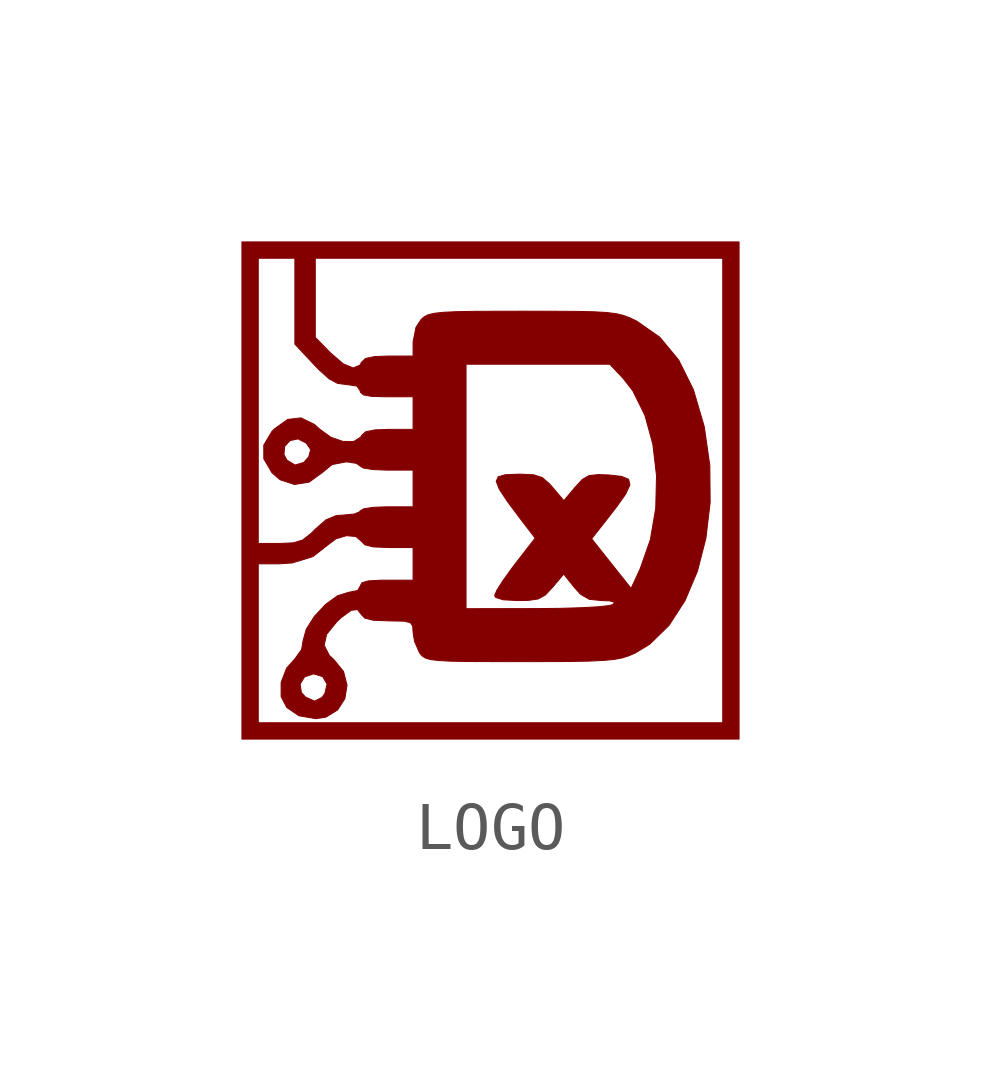
<source format=kicad_sym>
(kicad_symbol_lib
  (version 20211014)
  (generator kicad_symbol_editor)
  (symbol "LOGO"
    (pin_names
      (offset 1.016))
    (property "Reference" "#G"
      (at 0 6.096 0)
      (effects (font (size 1.27 1.27)) hide))
    (symbol "LOGO_0_0"
      (polyline (pts (xy 5.182 5.182) (xy -5.182 5.182) (xy -5.182 4.842) (xy -4.842 4.842) (xy -4.078 4.842) (xy -4.078 3.051) (xy -3.684 2.63) (xy -3.575 2.517) (xy -3.364 2.327) (xy -3.189 2.233) (xy -3.004 2.209) (xy -2.997 2.209) (xy -2.786 2.177) (xy -2.718 2.081) (xy -2.714 2.052) (xy -2.648 1.993) (xy -2.476 1.962) (xy -2.166 1.954) (xy -1.614 1.954) (xy -1.614 1.274) (xy -2.126 1.274) (xy -2.407 1.264) (xy -2.604 1.224) (xy -2.688 1.147) (xy -2.706 1.112) (xy -2.853 1.021) (xy -3.076 1.023) (xy -3.326 1.109) (xy -3.555 1.274) (xy -3.671 1.377) (xy -3.951 1.514) (xy -4.228 1.482) (xy -4.509 1.281) (xy -4.559 1.228) (xy -4.727 0.945) (xy -4.726 0.75) (xy -4.306 0.75) (xy -4.291 0.919) (xy -4.178 1.041) (xy -4.013 1.076) (xy -3.839 0.987) (xy -3.748 0.85) (xy -3.791 0.699) (xy -3.893 0.585) (xy -4.074 0.531) (xy -4.244 0.632) (xy -4.306 0.75) (xy -4.726 0.75) (xy -4.726 0.661) (xy -4.556 0.37) (xy -4.384 0.223) (xy -4.087 0.126) (xy -3.782 0.174) (xy -3.518 0.365) (xy -3.302 0.541) (xy -3.02 0.595) (xy -2.977 0.594) (xy -2.793 0.566) (xy -2.718 0.51) (xy -2.652 0.469) (xy -2.455 0.437) (xy -2.166 0.425) (xy -1.614 0.425) (xy -1.614 -0.34) (xy -2.166 -0.34) (xy -2.434 -0.35) (xy -2.64 -0.38) (xy -2.718 -0.425) (xy -2.724 -0.441) (xy -2.835 -0.49) (xy -3.042 -0.51) (xy -3.219 -0.524) (xy -3.429 -0.611) (xy -3.653 -0.807) (xy -3.737 -0.892) (xy -3.915 -1.031) (xy -4.107 -1.091) (xy -4.391 -1.104) (xy -4.842 -1.104) (xy -4.842 4.842) (xy -5.182 4.842) (xy -5.182 -1.529) (xy -4.842 -1.529) (xy -4.413 -1.529) (xy -4.131 -1.51) (xy -3.703 -1.378) (xy -3.363 -1.113) (xy -3.22 -1.006) (xy -3.004 -0.942) (xy -2.806 -0.959) (xy -2.688 -1.062) (xy -2.622 -1.131) (xy -2.443 -1.176) (xy -2.126 -1.189) (xy -1.614 -1.189) (xy -1.614 -1.869) (xy -2.166 -1.869) (xy -2.292 -1.87) (xy -2.55 -1.885) (xy -2.682 -1.925) (xy -2.718 -1.996) (xy -2.768 -2.084) (xy -2.962 -2.124) (xy -2.963 -2.124) (xy -3.19 -2.195) (xy -3.441 -2.377) (xy -3.521 -2.464) (xy -0.51 -2.464) (xy -0.51 2.633) (xy 2.486 2.633) (xy 2.766 2.337) (xy 2.969 2.075) (xy 3.22 1.565) (xy 3.385 0.963) (xy 3.461 0.308) (xy 3.445 -0.366) (xy 3.333 -1.023) (xy 3.123 -1.625) (xy 2.931 -2.041) (xy 2.109 -1.007) (xy 2.509 -0.497) (xy 2.612 -0.364) (xy 2.818 -0.075) (xy 2.907 0.117) (xy 2.879 0.233) (xy 2.732 0.295) (xy 2.466 0.324) (xy 2.249 0.332) (xy 2.054 0.311) (xy 1.915 0.231) (xy 1.765 0.069) (xy 1.529 -0.212) (xy 1.296 0.064) (xy 1.23 0.139) (xy 1.077 0.271) (xy 0.898 0.328) (xy 0.621 0.341) (xy 0.562 0.34) (xy 0.309 0.329) (xy 0.161 0.286) (xy 0.119 0.192) (xy 0.184 0.025) (xy 0.355 -0.233) (xy 0.632 -0.603) (xy 0.931 -0.993) (xy 0.509 -1.537) (xy 0.454 -1.609) (xy 0.267 -1.869) (xy 0.135 -2.074) (xy 0.086 -2.188) (xy 0.107 -2.229) (xy 0.261 -2.278) (xy 0.574 -2.295) (xy 0.79 -2.291) (xy 0.998 -2.26) (xy 1.144 -2.178) (xy 1.294 -2.018) (xy 1.526 -1.742) (xy 1.746 -2.018) (xy 1.879 -2.165) (xy 2.061 -2.269) (xy 2.321 -2.295) (xy 2.479 -2.3) (xy 2.586 -2.326) (xy 2.549 -2.379) (xy 2.465 -2.4) (xy 2.23 -2.425) (xy 1.88 -2.444) (xy 1.445 -2.457) (xy 0.956 -2.462) (xy -0.51 -2.464) (xy -3.521 -2.464) (xy -3.672 -2.625) (xy -3.842 -2.893) (xy -3.908 -3.136) (xy -3.938 -3.316) (xy -4.074 -3.505) (xy -4.251 -3.704) (xy -4.365 -4.001) (xy -4.365 -4.036) (xy -3.969 -4.036) (xy -3.877 -3.886) (xy -3.687 -3.823) (xy -3.499 -3.881) (xy -3.407 -4.035) (xy -3.454 -4.233) (xy -3.516 -4.316) (xy -3.667 -4.391) (xy -3.858 -4.306) (xy -3.943 -4.211) (xy -3.969 -4.036) (xy -4.365 -4.036) (xy -4.365 -4.298) (xy -4.247 -4.524) (xy -3.994 -4.696) (xy -3.64 -4.757) (xy -3.431 -4.725) (xy -3.187 -4.575) (xy -3.036 -4.34) (xy -2.991 -4.059) (xy -3.064 -3.773) (xy -3.268 -3.522) (xy -3.361 -3.436) (xy -3.468 -3.227) (xy -3.416 -2.998) (xy -3.203 -2.735) (xy -3.113 -2.651) (xy -2.908 -2.499) (xy -2.773 -2.481) (xy -2.688 -2.591) (xy -2.622 -2.66) (xy -2.443 -2.705) (xy -2.126 -2.718) (xy -2.064 -2.719) (xy -1.807 -2.724) (xy -1.673 -2.753) (xy -1.622 -2.824) (xy -1.614 -2.954) (xy -1.584 -3.146) (xy -1.482 -3.379) (xy -1.47 -3.396) (xy -1.422 -3.452) (xy -1.355 -3.494) (xy -1.249 -3.525) (xy -1.081 -3.545) (xy -0.829 -3.558) (xy -0.472 -3.565) (xy 0.011 -3.567) (xy 0.643 -3.568) (xy 1.104 -3.567) (xy 1.64 -3.565) (xy 2.048 -3.557) (xy 2.351 -3.543) (xy 2.576 -3.522) (xy 2.745 -3.49) (xy 2.883 -3.446) (xy 3.016 -3.389) (xy 3.319 -3.205) (xy 3.721 -2.813) (xy 4.054 -2.298) (xy 4.314 -1.684) (xy 4.491 -0.994) (xy 4.579 -0.251) (xy 4.572 0.523) (xy 4.461 1.303) (xy 4.453 1.343) (xy 4.229 2.105) (xy 3.922 2.722) (xy 3.53 3.195) (xy 3.05 3.53) (xy 3.038 3.536) (xy 2.902 3.601) (xy 2.771 3.65) (xy 2.619 3.686) (xy 2.422 3.711) (xy 2.155 3.726) (xy 1.792 3.734) (xy 1.31 3.737) (xy 0.682 3.738) (xy 0.171 3.737) (xy -0.339 3.735) (xy -0.718 3.728) (xy -0.989 3.715) (xy -1.175 3.694) (xy -1.298 3.664) (xy -1.381 3.622) (xy -1.444 3.568) (xy -1.553 3.403) (xy -1.614 3.101) (xy -1.614 2.803) (xy -2.126 2.803) (xy -2.407 2.793) (xy -2.604 2.753) (xy -2.688 2.676) (xy -2.722 2.613) (xy -2.863 2.555) (xy -3.072 2.642) (xy -3.338 2.871) (xy -3.653 3.193) (xy -3.653 4.842) (xy 4.842 4.842) (xy 4.842 -4.842) (xy -4.842 -4.842) (xy -4.842 -1.529) (xy -5.182 -1.529) (xy -5.182 -5.182) (xy 5.182 -5.182) (xy 5.182 5.182)) (stroke (width 0.01) (type default) (color 0 0 0 0)) (fill (type outline))))))
</source>
